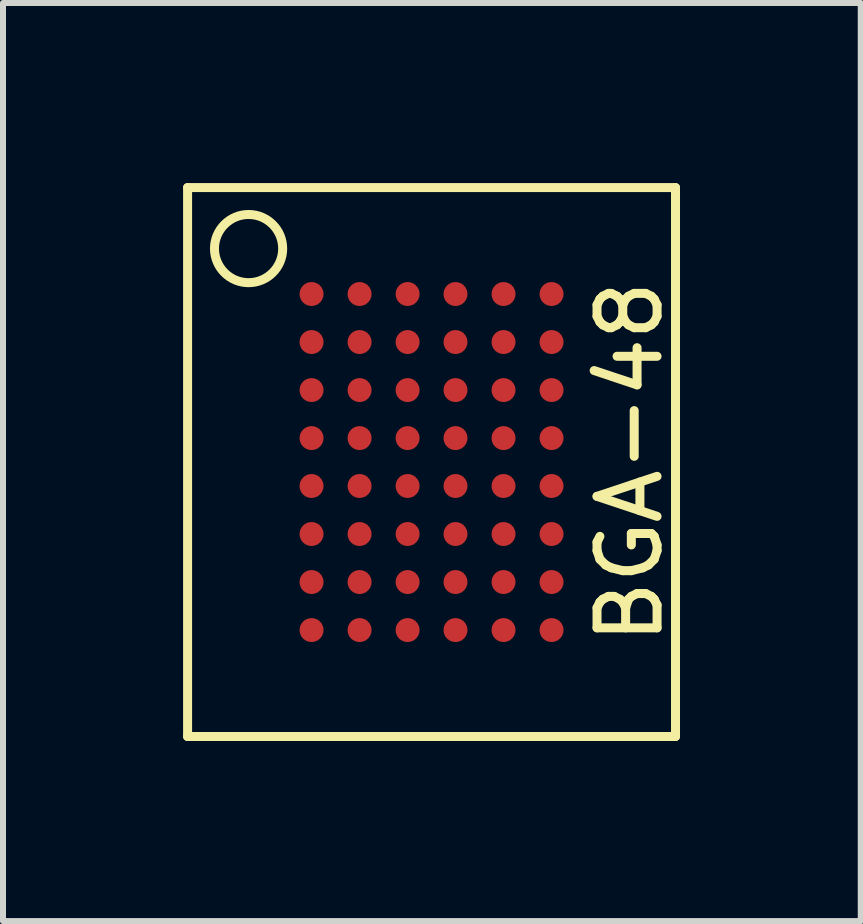
<source format=kicad_pcb>
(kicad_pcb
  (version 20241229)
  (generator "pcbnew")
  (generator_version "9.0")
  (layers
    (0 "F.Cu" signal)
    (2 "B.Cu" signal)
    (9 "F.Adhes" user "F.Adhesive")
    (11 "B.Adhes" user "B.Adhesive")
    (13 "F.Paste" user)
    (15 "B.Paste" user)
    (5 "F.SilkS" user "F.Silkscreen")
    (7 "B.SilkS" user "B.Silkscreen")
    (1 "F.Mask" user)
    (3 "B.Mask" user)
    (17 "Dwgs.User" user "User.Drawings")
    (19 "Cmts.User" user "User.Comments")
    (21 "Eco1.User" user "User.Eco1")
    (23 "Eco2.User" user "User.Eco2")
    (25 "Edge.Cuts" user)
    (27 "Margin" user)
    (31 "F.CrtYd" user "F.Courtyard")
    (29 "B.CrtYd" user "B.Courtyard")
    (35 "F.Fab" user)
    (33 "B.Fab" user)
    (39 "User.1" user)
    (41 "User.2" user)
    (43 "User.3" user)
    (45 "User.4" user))
  (footprint "BGA-48"
    (layer "F.Cu")
    (at 4.139 4.647)
    (property "Reference" "BGA-48" (at 3.302 0 90) (layer "F.SilkS") (effects (font (size 1 1) (thickness 0.15))))
    (attr smd)
    (fp_line (start -4.064 -4.572) (end 4.064 -4.572) (stroke (width 0.15) (type solid)) (layer "F.SilkS"))
    (fp_line (start -4.064 4.572) (end -4.064 -4.572) (stroke (width 0.15) (type solid)) (layer "F.SilkS"))
    (fp_line (start 4.064 -4.572) (end 4.064 0) (stroke (width 0.15) (type solid)) (layer "F.SilkS"))
    (fp_line (start 4.064 0) (end 4.064 4.572) (stroke (width 0.15) (type solid)) (layer "F.SilkS"))
    (fp_line (start 4.064 4.572) (end -4.064 4.572) (stroke (width 0.15) (type solid)) (layer "F.SilkS"))
    (fp_circle (center -3.048 -3.556) (end -3.302 -4.064) (stroke (width 0.15) (type solid)) (fill no) (layer "F.SilkS"))
    (pad "A1" smd circle (at -1.999 -2.799) (size 0.399 0.399) (layers "F.Cu" "F.Mask" "F.Paste"))
    (pad "A2" smd circle (at -1.199 -2.799) (size 0.399 0.399) (layers "F.Cu" "F.Mask" "F.Paste"))
    (pad "A3" smd circle (at -0.399 -2.799) (size 0.399 0.399) (layers "F.Cu" "F.Mask" "F.Paste"))
    (pad "A4" smd circle (at 0.399 -2.799) (size 0.399 0.399) (layers "F.Cu" "F.Mask" "F.Paste"))
    (pad "A5" smd circle (at 1.199 -2.799) (size 0.399 0.399) (layers "F.Cu" "F.Mask" "F.Paste"))
    (pad "A6" smd circle (at 1.999 -2.799) (size 0.399 0.399) (layers "F.Cu" "F.Mask" "F.Paste"))
    (pad "B1" smd circle (at -1.999 -1.999) (size 0.399 0.399) (layers "F.Cu" "F.Mask" "F.Paste"))
    (pad "B2" smd circle (at -1.199 -1.999) (size 0.399 0.399) (layers "F.Cu" "F.Mask" "F.Paste"))
    (pad "B3" smd circle (at -0.399 -1.999) (size 0.399 0.399) (layers "F.Cu" "F.Mask" "F.Paste"))
    (pad "B4" smd circle (at 0.399 -1.999) (size 0.399 0.399) (layers "F.Cu" "F.Mask" "F.Paste"))
    (pad "B5" smd circle (at 1.199 -1.999) (size 0.399 0.399) (layers "F.Cu" "F.Mask" "F.Paste"))
    (pad "B6" smd circle (at 1.999 -1.999) (size 0.399 0.399) (layers "F.Cu" "F.Mask" "F.Paste"))
    (pad "C1" smd circle (at -1.999 -1.199) (size 0.399 0.399) (layers "F.Cu" "F.Mask" "F.Paste"))
    (pad "C2" smd circle (at -1.199 -1.199) (size 0.399 0.399) (layers "F.Cu" "F.Mask" "F.Paste"))
    (pad "C3" smd circle (at -0.399 -1.199) (size 0.399 0.399) (layers "F.Cu" "F.Mask" "F.Paste"))
    (pad "C4" smd circle (at 0.399 -1.199) (size 0.399 0.399) (layers "F.Cu" "F.Mask" "F.Paste"))
    (pad "C5" smd circle (at 1.199 -1.199) (size 0.399 0.399) (layers "F.Cu" "F.Mask" "F.Paste"))
    (pad "C6" smd circle (at 1.999 -1.199) (size 0.399 0.399) (layers "F.Cu" "F.Mask" "F.Paste"))
    (pad "D1" smd circle (at -1.999 -0.399) (size 0.399 0.399) (layers "F.Cu" "F.Mask" "F.Paste"))
    (pad "D2" smd circle (at -1.199 -0.399) (size 0.399 0.399) (layers "F.Cu" "F.Mask" "F.Paste"))
    (pad "D3" smd circle (at -0.399 -0.399) (size 0.399 0.399) (layers "F.Cu" "F.Mask" "F.Paste"))
    (pad "D4" smd circle (at 0.399 -0.399) (size 0.399 0.399) (layers "F.Cu" "F.Mask" "F.Paste"))
    (pad "D5" smd circle (at 1.199 -0.399) (size 0.399 0.399) (layers "F.Cu" "F.Mask" "F.Paste"))
    (pad "D6" smd circle (at 1.999 -0.399) (size 0.399 0.399) (layers "F.Cu" "F.Mask" "F.Paste"))
    (pad "E1" smd circle (at -1.999 0.399) (size 0.399 0.399) (layers "F.Cu" "F.Mask" "F.Paste"))
    (pad "E2" smd circle (at -1.199 0.399) (size 0.399 0.399) (layers "F.Cu" "F.Mask" "F.Paste"))
    (pad "E3" smd circle (at -0.399 0.399) (size 0.399 0.399) (layers "F.Cu" "F.Mask" "F.Paste"))
    (pad "E4" smd circle (at 0.399 0.399) (size 0.399 0.399) (layers "F.Cu" "F.Mask" "F.Paste"))
    (pad "E5" smd circle (at 1.199 0.399) (size 0.399 0.399) (layers "F.Cu" "F.Mask" "F.Paste"))
    (pad "E6" smd circle (at 1.999 0.399) (size 0.399 0.399) (layers "F.Cu" "F.Mask" "F.Paste"))
    (pad "F1" smd circle (at -1.999 1.199) (size 0.399 0.399) (layers "F.Cu" "F.Mask" "F.Paste"))
    (pad "F2" smd circle (at -1.199 1.199) (size 0.399 0.399) (layers "F.Cu" "F.Mask" "F.Paste"))
    (pad "F3" smd circle (at -0.399 1.199) (size 0.399 0.399) (layers "F.Cu" "F.Mask" "F.Paste"))
    (pad "F4" smd circle (at 0.399 1.199) (size 0.399 0.399) (layers "F.Cu" "F.Mask" "F.Paste"))
    (pad "F5" smd circle (at 1.199 1.199) (size 0.399 0.399) (layers "F.Cu" "F.Mask" "F.Paste"))
    (pad "F6" smd circle (at 1.999 1.199) (size 0.399 0.399) (layers "F.Cu" "F.Mask" "F.Paste"))
    (pad "G1" smd circle (at -1.999 1.999) (size 0.399 0.399) (layers "F.Cu" "F.Mask" "F.Paste"))
    (pad "G2" smd circle (at -1.199 1.999) (size 0.399 0.399) (layers "F.Cu" "F.Mask" "F.Paste"))
    (pad "G3" smd circle (at -0.399 1.999) (size 0.399 0.399) (layers "F.Cu" "F.Mask" "F.Paste"))
    (pad "G4" smd circle (at 0.399 1.999) (size 0.399 0.399) (layers "F.Cu" "F.Mask" "F.Paste"))
    (pad "G5" smd circle (at 1.199 1.999) (size 0.399 0.399) (layers "F.Cu" "F.Mask" "F.Paste"))
    (pad "G6" smd circle (at 1.999 1.999) (size 0.399 0.399) (layers "F.Cu" "F.Mask" "F.Paste"))
    (pad "H1" smd circle (at -1.999 2.799) (size 0.399 0.399) (layers "F.Cu" "F.Mask" "F.Paste"))
    (pad "H2" smd circle (at -1.199 2.799) (size 0.399 0.399) (layers "F.Cu" "F.Mask" "F.Paste"))
    (pad "H3" smd circle (at -0.399 2.799) (size 0.399 0.399) (layers "F.Cu" "F.Mask" "F.Paste"))
    (pad "H4" smd circle (at 0.399 2.799) (size 0.399 0.399) (layers "F.Cu" "F.Mask" "F.Paste"))
    (pad "H5" smd circle (at 1.199 2.799) (size 0.399 0.399) (layers "F.Cu" "F.Mask" "F.Paste"))
    (pad "H6" smd circle (at 1.999 2.799) (size 0.399 0.399) (layers "F.Cu" "F.Mask" "F.Paste")))
  (gr_rect
    (start -3 -3)
    (end 11.289 12.294)
    (stroke (width 0.1) (type default))
    (fill no)
    (layer "Edge.Cuts")))
</source>
